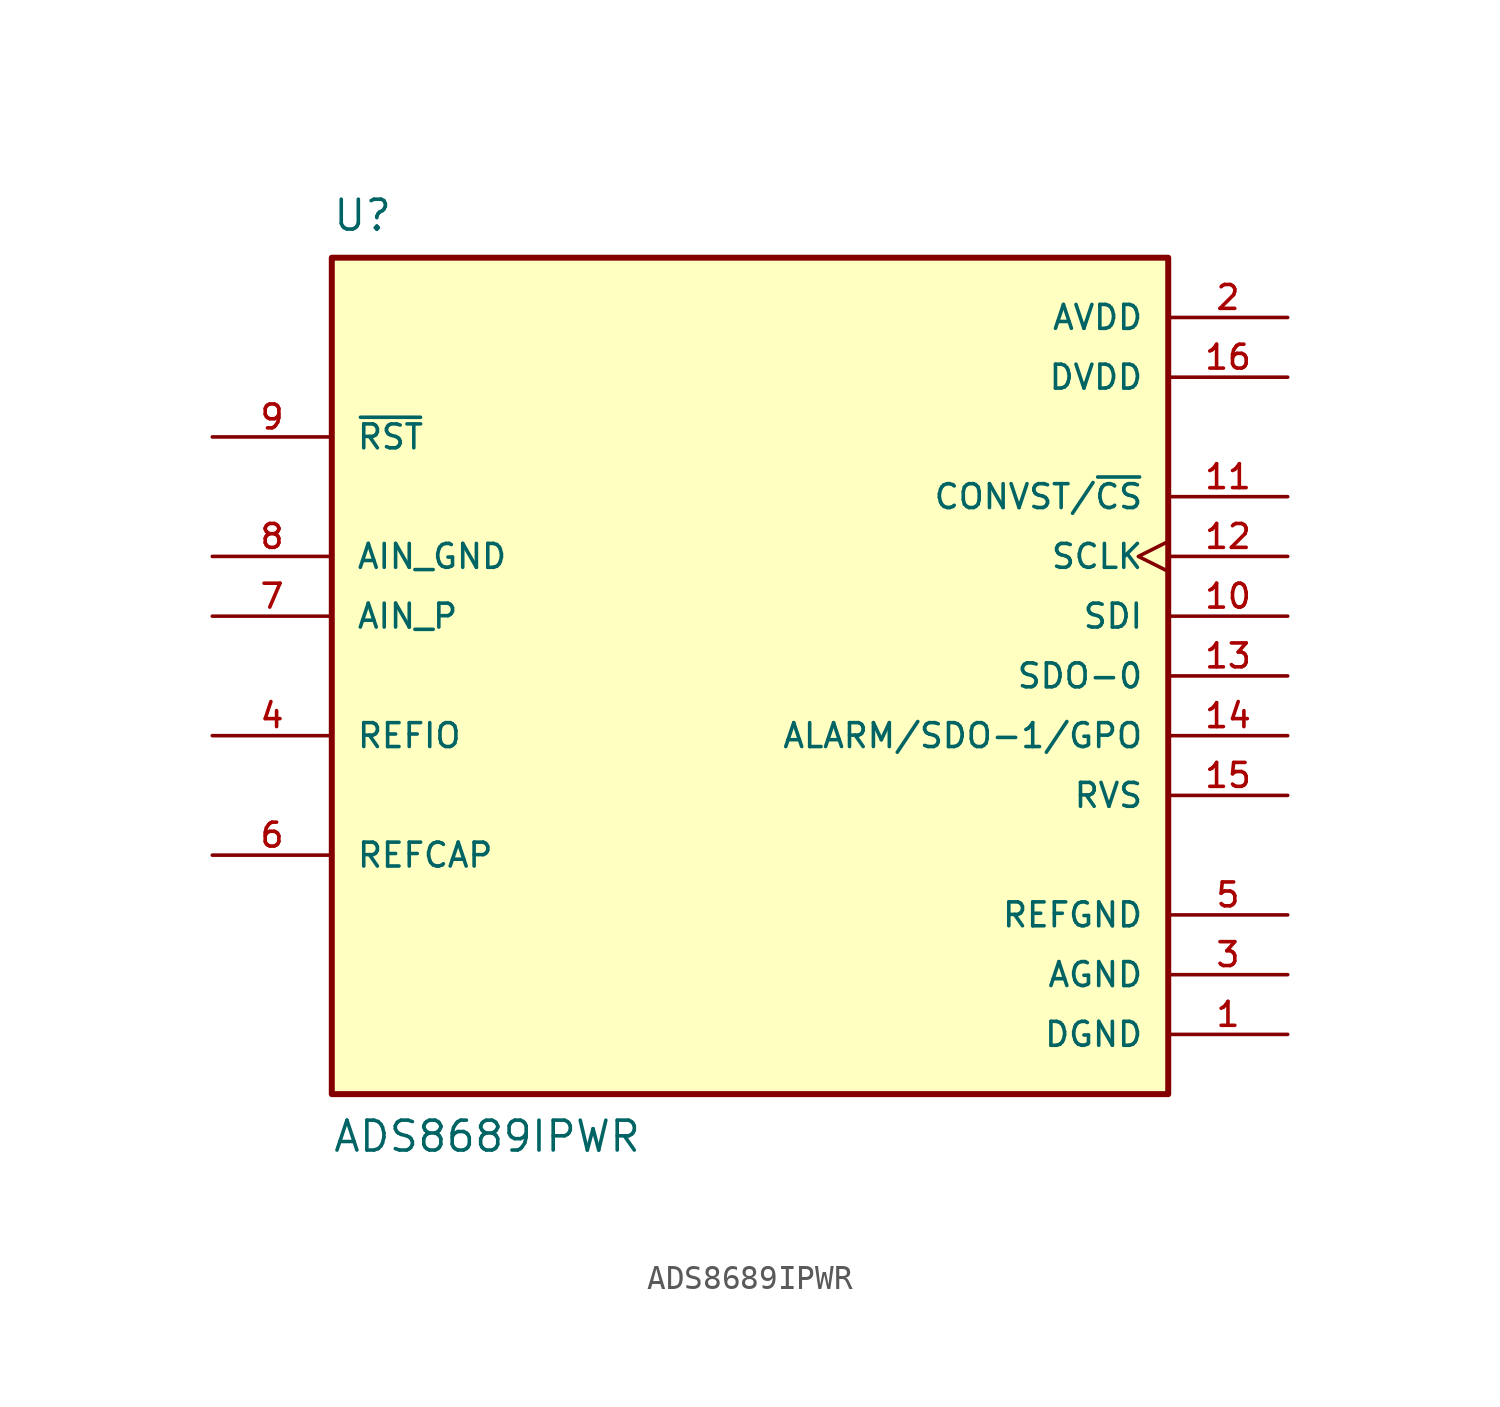
<source format=kicad_sym>
(kicad_symbol_lib
  (version 20211014)
  (generator kicad_symbol_editor)
  (symbol "ADS8689IPWR"
    (pin_names
      (offset 1.016))
    (property "Reference" "U"
      (at -17.78 20.32 0)
      (effects (font (size 1.27 1.27)) (justify top left)))
    (property "Value" "ADS8689IPWR"
      (at -17.78 -20.32 0)
      (effects (font (size 1.27 1.27)) (justify bottom left)))
    (symbol "ADS8689IPWR_0_0"
      (rectangle (start -17.78 -17.78) (end 17.78 17.78) (stroke (width 0.254)) (fill (type background)))
      (pin power_in line (at 22.86 -12.7 180.0) (length 5.08) (name "AGND" (effects (font (size 1.016 1.016)))) (number "3" (effects (font (size 1.016 1.016)))))
      (pin input line (at -22.86 5.08 0) (length 5.08) (name "AIN_GND" (effects (font (size 1.016 1.016)))) (number "8" (effects (font (size 1.016 1.016)))))
      (pin input line (at -22.86 2.54 0) (length 5.08) (name "AIN_P" (effects (font (size 1.016 1.016)))) (number "7" (effects (font (size 1.016 1.016)))))
      (pin output line (at 22.86 -2.54 180.0) (length 5.08) (name "ALARM/SDO-1/GPO" (effects (font (size 1.016 1.016)))) (number "14" (effects (font (size 1.016 1.016)))))
      (pin power_in line (at 22.86 15.24 180.0) (length 5.08) (name "AVDD" (effects (font (size 1.016 1.016)))) (number "2" (effects (font (size 1.016 1.016)))))
      (pin input line (at 22.86 7.62 180.0) (length 5.08) (name "CONVST/~{CS}" (effects (font (size 1.016 1.016)))) (number "11" (effects (font (size 1.016 1.016)))))
      (pin power_in line (at 22.86 -15.24 180.0) (length 5.08) (name "DGND" (effects (font (size 1.016 1.016)))) (number "1" (effects (font (size 1.016 1.016)))))
      (pin power_in line (at 22.86 12.7 180.0) (length 5.08) (name "DVDD" (effects (font (size 1.016 1.016)))) (number "16" (effects (font (size 1.016 1.016)))))
      (pin output line (at -22.86 -7.62 0) (length 5.08) (name "REFCAP" (effects (font (size 1.016 1.016)))) (number "6" (effects (font (size 1.016 1.016)))))
      (pin power_in line (at 22.86 -10.16 180.0) (length 5.08) (name "REFGND" (effects (font (size 1.016 1.016)))) (number "5" (effects (font (size 1.016 1.016)))))
      (pin bidirectional line (at -22.86 -2.54 0) (length 5.08) (name "REFIO" (effects (font (size 1.016 1.016)))) (number "4" (effects (font (size 1.016 1.016)))))
      (pin input line (at -22.86 10.16 0) (length 5.08) (name "~{RST}" (effects (font (size 1.016 1.016)))) (number "9" (effects (font (size 1.016 1.016)))))
      (pin output line (at 22.86 -5.08 180.0) (length 5.08) (name "RVS" (effects (font (size 1.016 1.016)))) (number "15" (effects (font (size 1.016 1.016)))))
      (pin input clock (at 22.86 5.08 180.0) (length 5.08) (name "SCLK" (effects (font (size 1.016 1.016)))) (number "12" (effects (font (size 1.016 1.016)))))
      (pin input line (at 22.86 2.54 180.0) (length 5.08) (name "SDI" (effects (font (size 1.016 1.016)))) (number "10" (effects (font (size 1.016 1.016)))))
      (pin output line (at 22.86 0.0 180.0) (length 5.08) (name "SDO-0" (effects (font (size 1.016 1.016)))) (number "13" (effects (font (size 1.016 1.016))))))))
</source>
